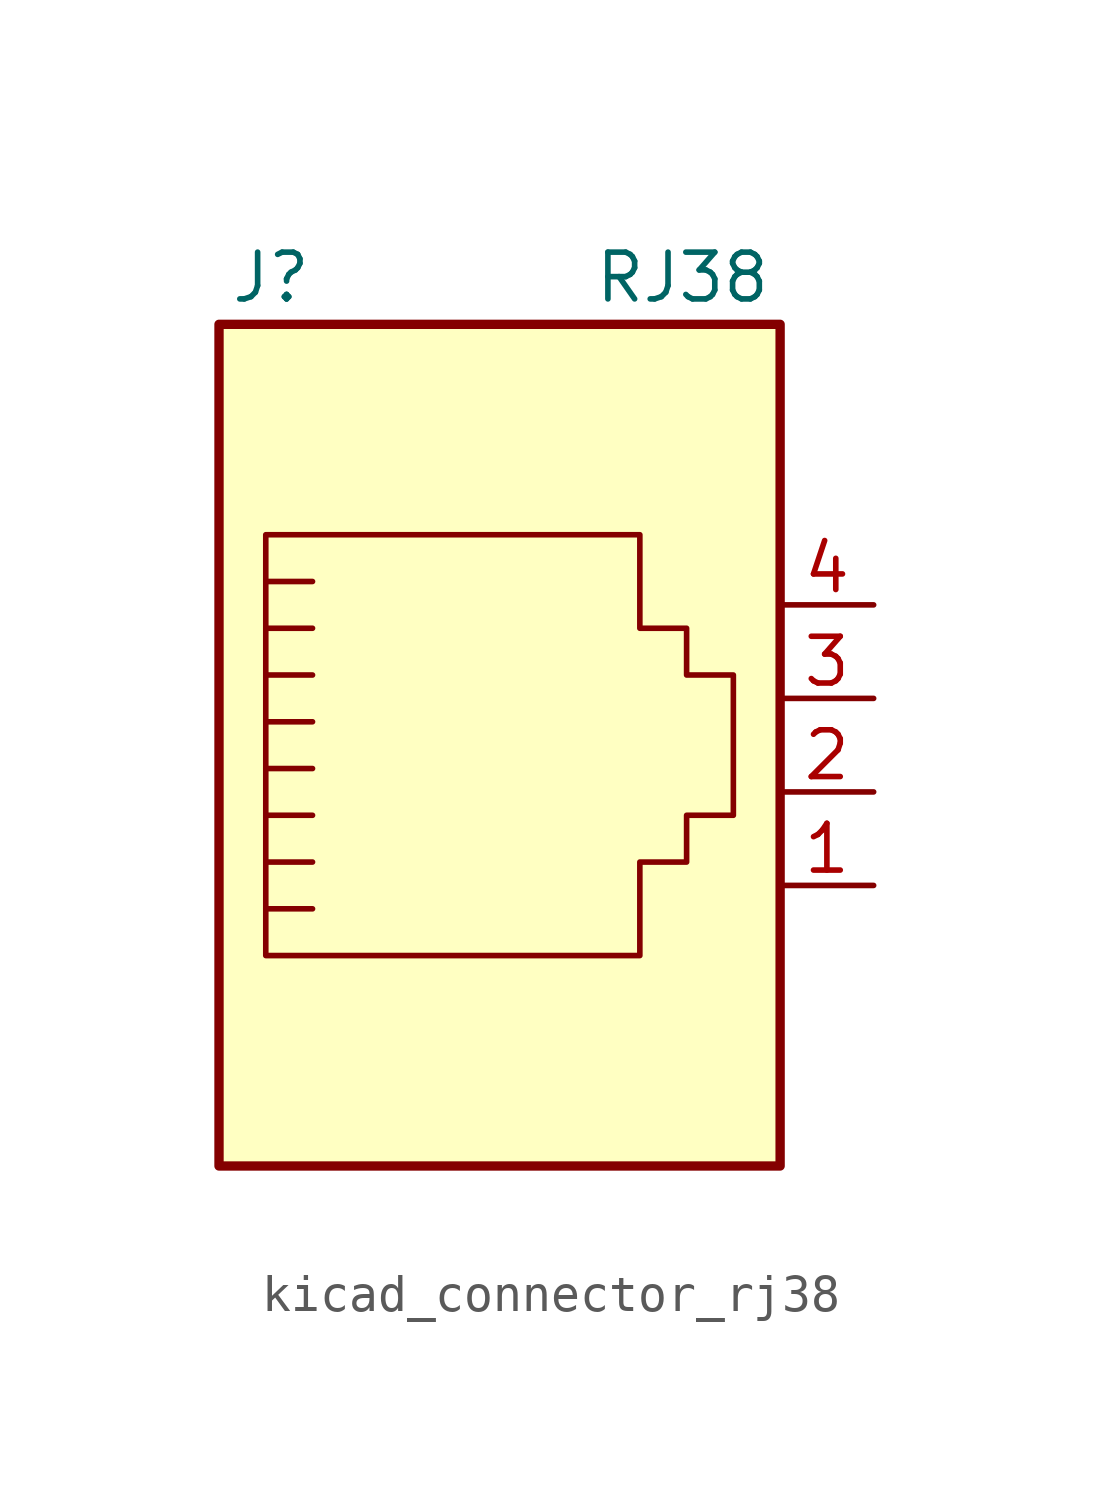
<source format=kicad_sym>
(kicad_symbol_lib
  (version 20220914)
  (generator kicad_symbol_editor)
  (symbol "kicad_connector_rj38"
    (pin_names
      (offset 1.016))
    (property "Reference" "J"
      (at -5.08 13.97 0)
      (effects (font (size 1.27 1.27)) (justify right)))
    (property "Value" "RJ38"
      (at 2.54 13.97 0)
      (effects (font (size 1.27 1.27)) (justify left)))
    (symbol "kicad_connector_rj38_0_1"
      (polyline (pts (xy -5.08 4.445) (xy -6.35 4.445)) (stroke (width 0) (type default)) (fill (type none)))
      (polyline (pts (xy -5.08 5.715) (xy -6.35 5.715)) (stroke (width 0) (type default)) (fill (type none)))
      (polyline (pts (xy -6.35 -3.175) (xy -5.08 -3.175) (xy -5.08 -3.175)) (stroke (width 0) (type default)) (fill (type none)))
      (polyline (pts (xy -6.35 -1.905) (xy -5.08 -1.905) (xy -5.08 -1.905)) (stroke (width 0) (type default)) (fill (type none)))
      (polyline (pts (xy -6.35 -0.635) (xy -5.08 -0.635) (xy -5.08 -0.635)) (stroke (width 0) (type default)) (fill (type none)))
      (polyline (pts (xy -6.35 0.635) (xy -5.08 0.635) (xy -5.08 0.635)) (stroke (width 0) (type default)) (fill (type none)))
      (polyline (pts (xy -6.35 1.905) (xy -5.08 1.905) (xy -5.08 1.905)) (stroke (width 0) (type default)) (fill (type none)))
      (polyline (pts (xy -5.08 3.175) (xy -6.35 3.175) (xy -6.35 3.175)) (stroke (width 0) (type default)) (fill (type none)))
      (polyline (pts (xy -6.35 -4.445) (xy -6.35 6.985) (xy 3.81 6.985) (xy 3.81 4.445) (xy 5.08 4.445) (xy 5.08 3.175) (xy 6.35 3.175) (xy 6.35 -0.635) (xy 5.08 -0.635) (xy 5.08 -1.905) (xy 3.81 -1.905) (xy 3.81 -4.445) (xy -6.35 -4.445) (xy -6.35 -4.445)) (stroke (width 0) (type default)) (fill (type none)))
      (rectangle (start 7.62 12.7) (end -7.62 -10.16) (stroke (width 0.254) (type default)) (fill (type background))))
    (symbol "kicad_connector_rj38_1_1"
      (pin passive line (at 10.16 -2.54 180) (length 2.54) (name "~" (effects (font (size 1.27 1.27)))) (number "1" (effects (font (size 1.27 1.27)))))
      (pin passive line (at 10.16 0 180) (length 2.54) (name "~" (effects (font (size 1.27 1.27)))) (number "2" (effects (font (size 1.27 1.27)))))
      (pin passive line (at 10.16 2.54 180) (length 2.54) (name "~" (effects (font (size 1.27 1.27)))) (number "3" (effects (font (size 1.27 1.27)))))
      (pin passive line (at 10.16 5.08 180) (length 2.54) (name "~" (effects (font (size 1.27 1.27)))) (number "4" (effects (font (size 1.27 1.27))))))))
</source>
